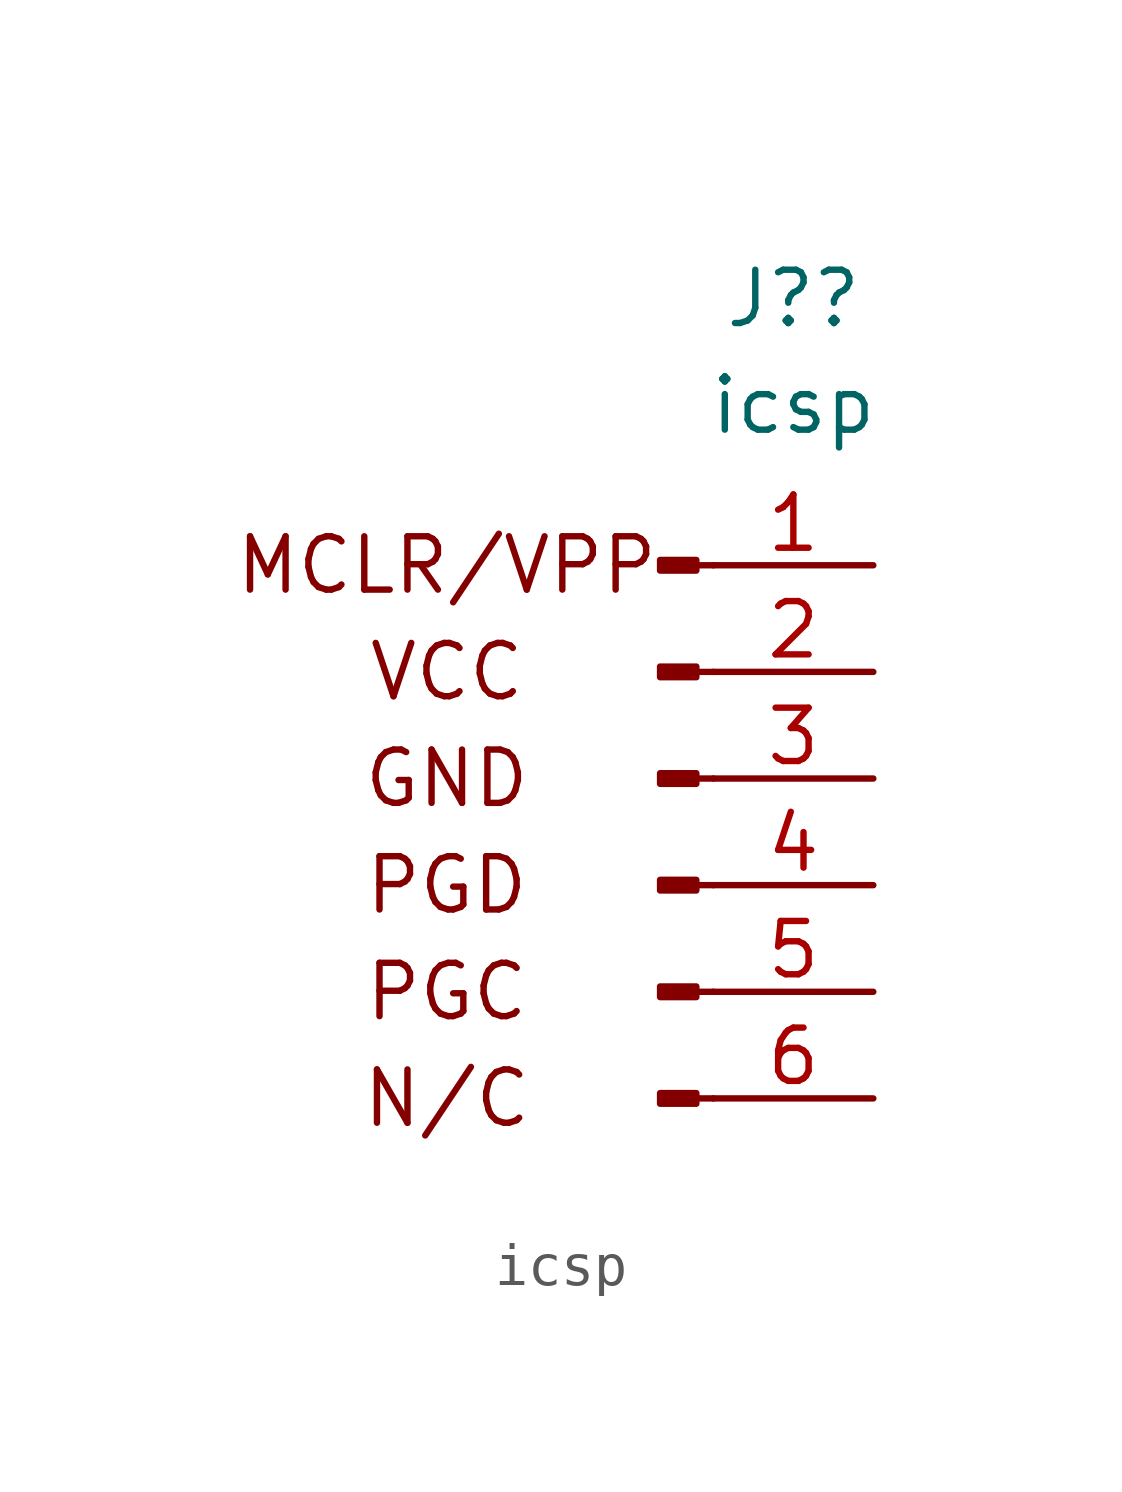
<source format=kicad_sym>
(kicad_symbol_lib
  (version 20211014)
  (generator kicad_symbol_editor)
  (symbol "icsp"
    (pin_names
      (offset 1.016) hide)
    (property "Reference" "J?"
      (at 3.175 11.43 0)
      (effects (font (size 1.27 1.27))))
    (property "Value" "icsp"
      (at 3.175 8.89 0)
      (effects (font (size 1.27 1.27))))
    (symbol "icsp_0_0"
      (text "GND" (at -5.08 0 0) (effects (font (size 1.27 1.27))))
      (text "MCLR/VPP" (at -5.08 5.08 0) (effects (font (size 1.27 1.27))))
      (text "N/C" (at -5.08 -7.62 0) (effects (font (size 1.27 1.27))))
      (text "PGC" (at -5.08 -5.08 0) (effects (font (size 1.27 1.27))))
      (text "PGD" (at -5.08 -2.54 0) (effects (font (size 1.27 1.27))))
      (text "VCC" (at -5.08 2.54 0) (effects (font (size 1.27 1.27)))))
    (symbol "icsp_1_1"
      (polyline (pts (xy 1.27 -7.62) (xy 0.864 -7.62)) (stroke (width 0.152) (type default) (color 0 0 0 0)) (fill (type none)))
      (polyline (pts (xy 1.27 -5.08) (xy 0.864 -5.08)) (stroke (width 0.152) (type default) (color 0 0 0 0)) (fill (type none)))
      (polyline (pts (xy 1.27 -2.54) (xy 0.864 -2.54)) (stroke (width 0.152) (type default) (color 0 0 0 0)) (fill (type none)))
      (polyline (pts (xy 1.27 0) (xy 0.864 0)) (stroke (width 0.152) (type default) (color 0 0 0 0)) (fill (type none)))
      (polyline (pts (xy 1.27 2.54) (xy 0.864 2.54)) (stroke (width 0.152) (type default) (color 0 0 0 0)) (fill (type none)))
      (polyline (pts (xy 1.27 5.08) (xy 0.864 5.08)) (stroke (width 0.152) (type default) (color 0 0 0 0)) (fill (type none)))
      (rectangle (start 0.864 -7.493) (end 0 -7.747) (stroke (width 0.152) (type default) (color 0 0 0 0)) (fill (type outline)))
      (rectangle (start 0.864 -4.953) (end 0 -5.207) (stroke (width 0.152) (type default) (color 0 0 0 0)) (fill (type outline)))
      (rectangle (start 0.864 -2.413) (end 0 -2.667) (stroke (width 0.152) (type default) (color 0 0 0 0)) (fill (type outline)))
      (rectangle (start 0.864 0.127) (end 0 -0.127) (stroke (width 0.152) (type default) (color 0 0 0 0)) (fill (type outline)))
      (rectangle (start 0.864 2.667) (end 0 2.413) (stroke (width 0.152) (type default) (color 0 0 0 0)) (fill (type outline)))
      (rectangle (start 0.864 5.207) (end 0 4.953) (stroke (width 0.152) (type default) (color 0 0 0 0)) (fill (type outline)))
      (pin passive line (at 5.08 5.08 180) (length 3.81) (name "VPP/MCLR" (effects (font (size 1.27 1.27)))) (number "1" (effects (font (size 1.27 1.27)))))
      (pin passive line (at 5.08 2.54 180) (length 3.81) (name "Pin_2" (effects (font (size 1.27 1.27)))) (number "2" (effects (font (size 1.27 1.27)))))
      (pin passive line (at 5.08 0 180) (length 3.81) (name "Pin_3" (effects (font (size 1.27 1.27)))) (number "3" (effects (font (size 1.27 1.27)))))
      (pin passive line (at 5.08 -2.54 180) (length 3.81) (name "Pin_4" (effects (font (size 1.27 1.27)))) (number "4" (effects (font (size 1.27 1.27)))))
      (pin passive line (at 5.08 -5.08 180) (length 3.81) (name "Pin_5" (effects (font (size 1.27 1.27)))) (number "5" (effects (font (size 1.27 1.27)))))
      (pin passive line (at 5.08 -7.62 180) (length 3.81) (name "Pin_6" (effects (font (size 1.27 1.27)))) (number "6" (effects (font (size 1.27 1.27))))))))
</source>
